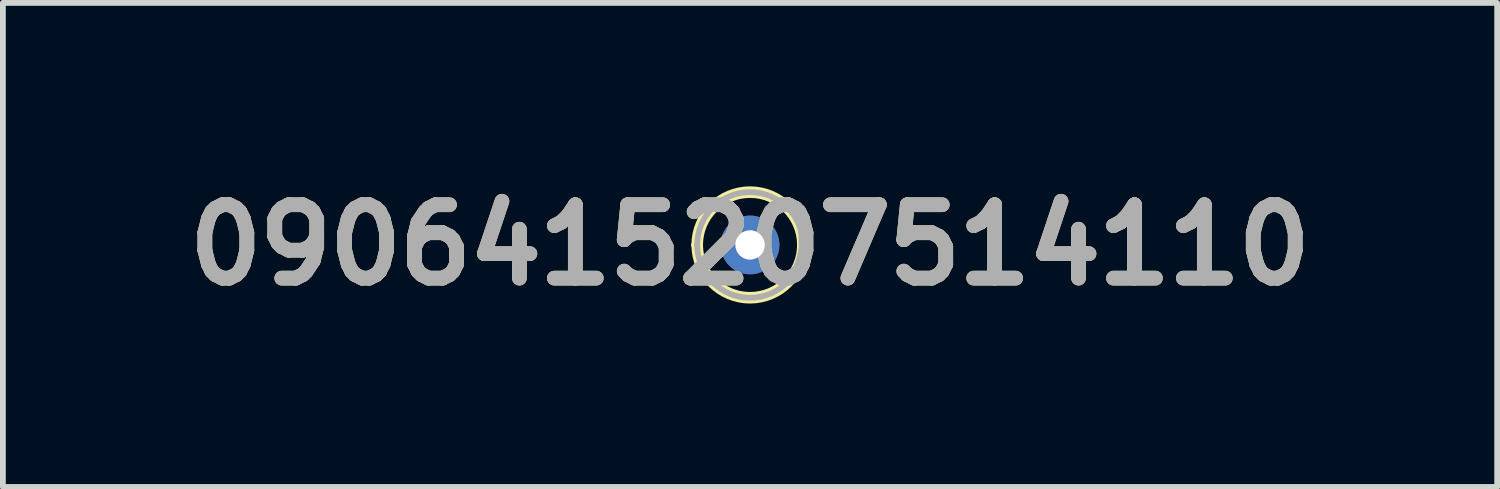
<source format=kicad_pcb>
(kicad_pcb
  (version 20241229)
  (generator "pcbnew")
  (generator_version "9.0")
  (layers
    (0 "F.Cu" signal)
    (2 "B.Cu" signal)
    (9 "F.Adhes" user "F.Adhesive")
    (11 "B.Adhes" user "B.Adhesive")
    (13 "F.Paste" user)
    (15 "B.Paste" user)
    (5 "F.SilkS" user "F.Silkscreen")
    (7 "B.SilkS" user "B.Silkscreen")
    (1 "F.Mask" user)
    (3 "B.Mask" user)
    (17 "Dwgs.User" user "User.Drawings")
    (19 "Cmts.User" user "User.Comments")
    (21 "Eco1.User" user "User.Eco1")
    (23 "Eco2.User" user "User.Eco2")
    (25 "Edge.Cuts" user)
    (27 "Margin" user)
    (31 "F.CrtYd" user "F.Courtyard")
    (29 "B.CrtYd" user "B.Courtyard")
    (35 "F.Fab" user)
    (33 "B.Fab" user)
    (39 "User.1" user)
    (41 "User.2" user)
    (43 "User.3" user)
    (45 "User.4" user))
  (footprint "0906415207514110"
    (layer "F.Cu")
    (at 9.93 1.189)
    (property "Reference" "0906415207514110" (at 0 0 0) (layer "F.SilkS") (effects (font (size 1.27 1.27) (thickness 0.254))))
    (attr through_hole)
    (fp_line (start -0.914 0) (end -0.914 0) (stroke (width 0.2) (type solid)) (layer "F.SilkS"))
    (fp_line (start 0.914 0) (end 0.914 0) (stroke (width 0.2) (type solid)) (layer "F.SilkS"))
    (fp_arc (start -0.914 0) (mid 0 -0.914) (end 0.914 0) (stroke (width 0.2) (type solid)) (layer "F.SilkS"))
    (fp_arc (start 0.914 0) (mid 0 0.914) (end -0.914 0) (stroke (width 0.2) (type solid)) (layer "F.SilkS"))
    (fp_circle (center 0 0) (end 1.1 0) (stroke (width 0.1) (type solid)) (fill no) (layer "Margin"))
    (fp_line (start -0.914 0) (end -0.914 0) (stroke (width 0.1) (type solid)) (layer "F.Fab"))
    (fp_line (start 0.914 0) (end 0.914 0) (stroke (width 0.1) (type solid)) (layer "F.Fab"))
    (fp_arc (start -0.914 0) (mid 0 -0.914) (end 0.914 0) (stroke (width 0.1) (type solid)) (layer "F.Fab"))
    (fp_arc (start 0.914 0) (mid 0 0.914) (end -0.914 0) (stroke (width 0.1) (type solid)) (layer "F.Fab"))
    (fp_text user "${REFERENCE}" (at 0 0 0) (layer "F.Fab") (effects (font (size 1.27 1.27) (thickness 0.254))))
    (pad "1" thru_hole circle (at 0 0) (size 1.016 1.016) (drill 0.508) (layers "*.Cu" "*.Mask")))
  (gr_rect
    (start -3 -3)
    (end 22.86 5.377)
    (stroke (width 0.1) (type default))
    (fill no)
    (layer "Edge.Cuts")))
</source>
